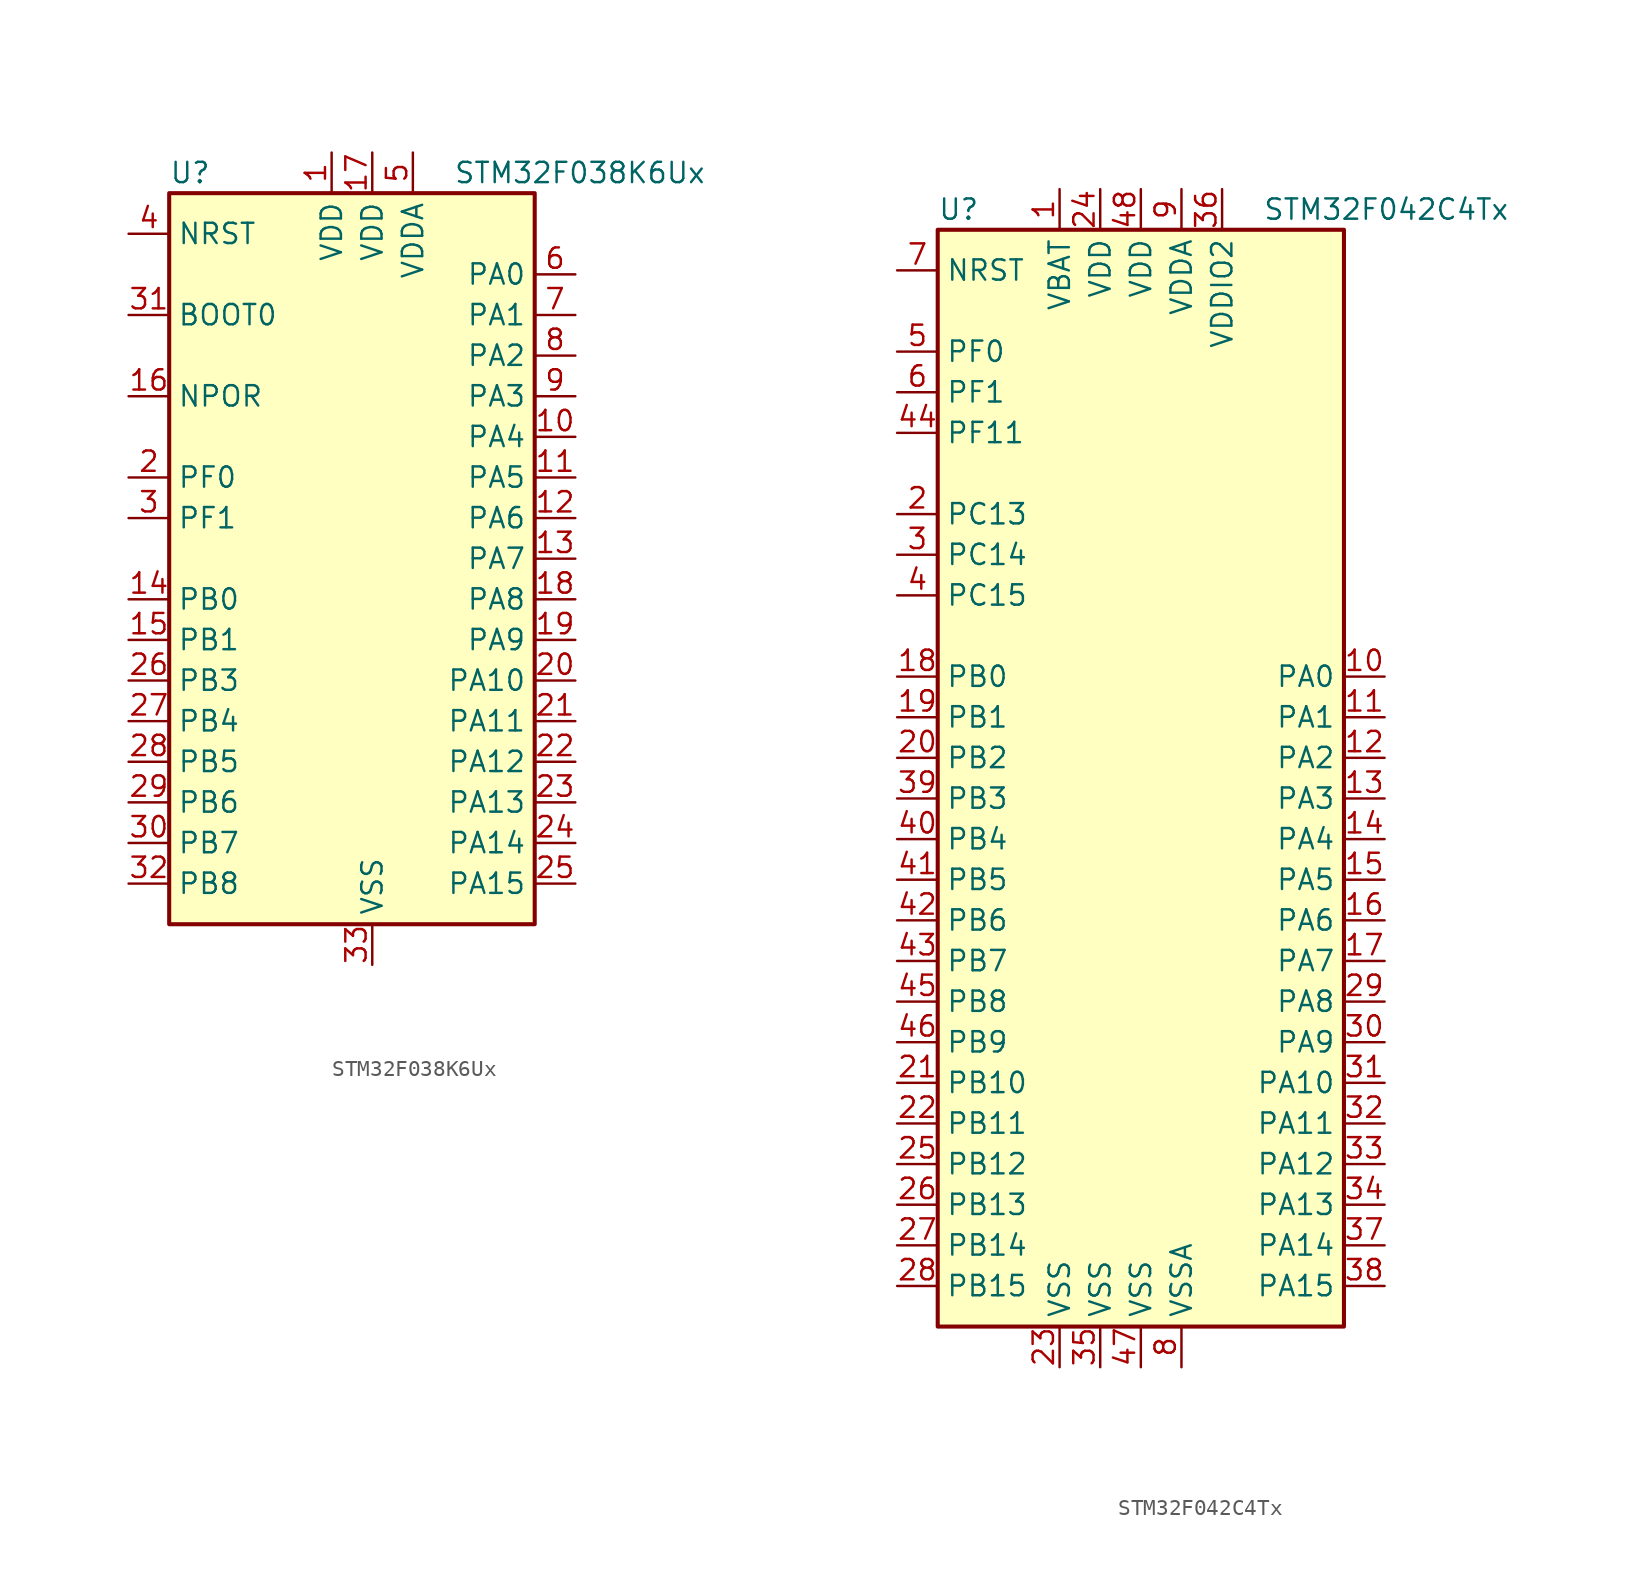
<source format=kicad_sym>
(kicad_symbol_lib
  (version 20201005)
  (generator kicad_symbol_editor)
  (symbol "MCU_ST_STM32F0:STM32F038K6Ux"
    (property "Reference" "U"
      (at -12.7 24.13 0)
      (effects (font (size 1.27 1.27)) (justify left)))
    (property "Value" "STM32F038K6Ux"
      (at 5.08 24.13 0)
      (effects (font (size 1.27 1.27)) (justify left)))
    (symbol "STM32F038K6Ux_0_1"
      (rectangle (start -12.7 -22.86) (end 10.16 22.86) (stroke (width 0.254)) (fill (type background))))
    (symbol "STM32F038K6Ux_1_1"
      (pin power_in line (at -2.54 25.4 270) (length 2.54) (name "VDD" (effects (font (size 1.27 1.27)))) (number "1" (effects (font (size 1.27 1.27)))))
      (pin bidirectional line (at 12.7 7.62 180) (length 2.54) (name "PA4" (effects (font (size 1.27 1.27)))) (number "10" (effects (font (size 1.27 1.27)))))
      (pin bidirectional line (at 12.7 5.08 180) (length 2.54) (name "PA5" (effects (font (size 1.27 1.27)))) (number "11" (effects (font (size 1.27 1.27)))))
      (pin bidirectional line (at 12.7 2.54 180) (length 2.54) (name "PA6" (effects (font (size 1.27 1.27)))) (number "12" (effects (font (size 1.27 1.27)))))
      (pin bidirectional line (at 12.7 0 180) (length 2.54) (name "PA7" (effects (font (size 1.27 1.27)))) (number "13" (effects (font (size 1.27 1.27)))))
      (pin bidirectional line (at -15.24 -2.54 0) (length 2.54) (name "PB0" (effects (font (size 1.27 1.27)))) (number "14" (effects (font (size 1.27 1.27)))))
      (pin bidirectional line (at -15.24 -5.08 0) (length 2.54) (name "PB1" (effects (font (size 1.27 1.27)))) (number "15" (effects (font (size 1.27 1.27)))))
      (pin power_in line (at -15.24 10.16 0) (length 2.54) (name "NPOR" (effects (font (size 1.27 1.27)))) (number "16" (effects (font (size 1.27 1.27)))))
      (pin power_in line (at 0 25.4 270) (length 2.54) (name "VDD" (effects (font (size 1.27 1.27)))) (number "17" (effects (font (size 1.27 1.27)))))
      (pin bidirectional line (at 12.7 -2.54 180) (length 2.54) (name "PA8" (effects (font (size 1.27 1.27)))) (number "18" (effects (font (size 1.27 1.27)))))
      (pin bidirectional line (at 12.7 -5.08 180) (length 2.54) (name "PA9" (effects (font (size 1.27 1.27)))) (number "19" (effects (font (size 1.27 1.27)))))
      (pin input line (at -15.24 5.08 0) (length 2.54) (name "PF0" (effects (font (size 1.27 1.27)))) (number "2" (effects (font (size 1.27 1.27)))))
      (pin bidirectional line (at 12.7 -7.62 180) (length 2.54) (name "PA10" (effects (font (size 1.27 1.27)))) (number "20" (effects (font (size 1.27 1.27)))))
      (pin bidirectional line (at 12.7 -10.16 180) (length 2.54) (name "PA11" (effects (font (size 1.27 1.27)))) (number "21" (effects (font (size 1.27 1.27)))))
      (pin bidirectional line (at 12.7 -12.7 180) (length 2.54) (name "PA12" (effects (font (size 1.27 1.27)))) (number "22" (effects (font (size 1.27 1.27)))))
      (pin bidirectional line (at 12.7 -15.24 180) (length 2.54) (name "PA13" (effects (font (size 1.27 1.27)))) (number "23" (effects (font (size 1.27 1.27)))))
      (pin bidirectional line (at 12.7 -17.78 180) (length 2.54) (name "PA14" (effects (font (size 1.27 1.27)))) (number "24" (effects (font (size 1.27 1.27)))))
      (pin bidirectional line (at 12.7 -20.32 180) (length 2.54) (name "PA15" (effects (font (size 1.27 1.27)))) (number "25" (effects (font (size 1.27 1.27)))))
      (pin bidirectional line (at -15.24 -7.62 0) (length 2.54) (name "PB3" (effects (font (size 1.27 1.27)))) (number "26" (effects (font (size 1.27 1.27)))))
      (pin bidirectional line (at -15.24 -10.16 0) (length 2.54) (name "PB4" (effects (font (size 1.27 1.27)))) (number "27" (effects (font (size 1.27 1.27)))))
      (pin bidirectional line (at -15.24 -12.7 0) (length 2.54) (name "PB5" (effects (font (size 1.27 1.27)))) (number "28" (effects (font (size 1.27 1.27)))))
      (pin bidirectional line (at -15.24 -15.24 0) (length 2.54) (name "PB6" (effects (font (size 1.27 1.27)))) (number "29" (effects (font (size 1.27 1.27)))))
      (pin input line (at -15.24 2.54 0) (length 2.54) (name "PF1" (effects (font (size 1.27 1.27)))) (number "3" (effects (font (size 1.27 1.27)))))
      (pin bidirectional line (at -15.24 -17.78 0) (length 2.54) (name "PB7" (effects (font (size 1.27 1.27)))) (number "30" (effects (font (size 1.27 1.27)))))
      (pin input line (at -15.24 15.24 0) (length 2.54) (name "BOOT0" (effects (font (size 1.27 1.27)))) (number "31" (effects (font (size 1.27 1.27)))))
      (pin bidirectional line (at -15.24 -20.32 0) (length 2.54) (name "PB8" (effects (font (size 1.27 1.27)))) (number "32" (effects (font (size 1.27 1.27)))))
      (pin power_in line (at 0 -25.4 90) (length 2.54) (name "VSS" (effects (font (size 1.27 1.27)))) (number "33" (effects (font (size 1.27 1.27)))))
      (pin input line (at -15.24 20.32 0) (length 2.54) (name "NRST" (effects (font (size 1.27 1.27)))) (number "4" (effects (font (size 1.27 1.27)))))
      (pin power_in line (at 2.54 25.4 270) (length 2.54) (name "VDDA" (effects (font (size 1.27 1.27)))) (number "5" (effects (font (size 1.27 1.27)))))
      (pin bidirectional line (at 12.7 17.78 180) (length 2.54) (name "PA0" (effects (font (size 1.27 1.27)))) (number "6" (effects (font (size 1.27 1.27)))))
      (pin bidirectional line (at 12.7 15.24 180) (length 2.54) (name "PA1" (effects (font (size 1.27 1.27)))) (number "7" (effects (font (size 1.27 1.27)))))
      (pin bidirectional line (at 12.7 12.7 180) (length 2.54) (name "PA2" (effects (font (size 1.27 1.27)))) (number "8" (effects (font (size 1.27 1.27)))))
      (pin bidirectional line (at 12.7 10.16 180) (length 2.54) (name "PA3" (effects (font (size 1.27 1.27)))) (number "9" (effects (font (size 1.27 1.27)))))))
  (symbol "MCU_ST_STM32F0:STM32F042C4Tx"
    (property "Reference" "U"
      (at -12.7 34.29 0)
      (effects (font (size 1.27 1.27)) (justify left)))
    (property "Value" "STM32F042C4Tx"
      (at 7.62 34.29 0)
      (effects (font (size 1.27 1.27)) (justify left)))
    (symbol "STM32F042C4Tx_0_1"
      (rectangle (start -12.7 -35.56) (end 12.7 33.02) (stroke (width 0.254)) (fill (type background))))
    (symbol "STM32F042C4Tx_1_1"
      (pin power_in line (at -5.08 35.56 270) (length 2.54) (name "VBAT" (effects (font (size 1.27 1.27)))) (number "1" (effects (font (size 1.27 1.27)))))
      (pin bidirectional line (at 15.24 5.08 180) (length 2.54) (name "PA0" (effects (font (size 1.27 1.27)))) (number "10" (effects (font (size 1.27 1.27)))))
      (pin bidirectional line (at 15.24 2.54 180) (length 2.54) (name "PA1" (effects (font (size 1.27 1.27)))) (number "11" (effects (font (size 1.27 1.27)))))
      (pin bidirectional line (at 15.24 0 180) (length 2.54) (name "PA2" (effects (font (size 1.27 1.27)))) (number "12" (effects (font (size 1.27 1.27)))))
      (pin bidirectional line (at 15.24 -2.54 180) (length 2.54) (name "PA3" (effects (font (size 1.27 1.27)))) (number "13" (effects (font (size 1.27 1.27)))))
      (pin bidirectional line (at 15.24 -5.08 180) (length 2.54) (name "PA4" (effects (font (size 1.27 1.27)))) (number "14" (effects (font (size 1.27 1.27)))))
      (pin bidirectional line (at 15.24 -7.62 180) (length 2.54) (name "PA5" (effects (font (size 1.27 1.27)))) (number "15" (effects (font (size 1.27 1.27)))))
      (pin bidirectional line (at 15.24 -10.16 180) (length 2.54) (name "PA6" (effects (font (size 1.27 1.27)))) (number "16" (effects (font (size 1.27 1.27)))))
      (pin bidirectional line (at 15.24 -12.7 180) (length 2.54) (name "PA7" (effects (font (size 1.27 1.27)))) (number "17" (effects (font (size 1.27 1.27)))))
      (pin bidirectional line (at -15.24 5.08 0) (length 2.54) (name "PB0" (effects (font (size 1.27 1.27)))) (number "18" (effects (font (size 1.27 1.27)))))
      (pin bidirectional line (at -15.24 2.54 0) (length 2.54) (name "PB1" (effects (font (size 1.27 1.27)))) (number "19" (effects (font (size 1.27 1.27)))))
      (pin bidirectional line (at -15.24 15.24 0) (length 2.54) (name "PC13" (effects (font (size 1.27 1.27)))) (number "2" (effects (font (size 1.27 1.27)))))
      (pin bidirectional line (at -15.24 0 0) (length 2.54) (name "PB2" (effects (font (size 1.27 1.27)))) (number "20" (effects (font (size 1.27 1.27)))))
      (pin bidirectional line (at -15.24 -20.32 0) (length 2.54) (name "PB10" (effects (font (size 1.27 1.27)))) (number "21" (effects (font (size 1.27 1.27)))))
      (pin bidirectional line (at -15.24 -22.86 0) (length 2.54) (name "PB11" (effects (font (size 1.27 1.27)))) (number "22" (effects (font (size 1.27 1.27)))))
      (pin power_in line (at -5.08 -38.1 90) (length 2.54) (name "VSS" (effects (font (size 1.27 1.27)))) (number "23" (effects (font (size 1.27 1.27)))))
      (pin power_in line (at -2.54 35.56 270) (length 2.54) (name "VDD" (effects (font (size 1.27 1.27)))) (number "24" (effects (font (size 1.27 1.27)))))
      (pin bidirectional line (at -15.24 -25.4 0) (length 2.54) (name "PB12" (effects (font (size 1.27 1.27)))) (number "25" (effects (font (size 1.27 1.27)))))
      (pin bidirectional line (at -15.24 -27.94 0) (length 2.54) (name "PB13" (effects (font (size 1.27 1.27)))) (number "26" (effects (font (size 1.27 1.27)))))
      (pin bidirectional line (at -15.24 -30.48 0) (length 2.54) (name "PB14" (effects (font (size 1.27 1.27)))) (number "27" (effects (font (size 1.27 1.27)))))
      (pin bidirectional line (at -15.24 -33.02 0) (length 2.54) (name "PB15" (effects (font (size 1.27 1.27)))) (number "28" (effects (font (size 1.27 1.27)))))
      (pin bidirectional line (at 15.24 -15.24 180) (length 2.54) (name "PA8" (effects (font (size 1.27 1.27)))) (number "29" (effects (font (size 1.27 1.27)))))
      (pin bidirectional line (at -15.24 12.7 0) (length 2.54) (name "PC14" (effects (font (size 1.27 1.27)))) (number "3" (effects (font (size 1.27 1.27)))))
      (pin bidirectional line (at 15.24 -17.78 180) (length 2.54) (name "PA9" (effects (font (size 1.27 1.27)))) (number "30" (effects (font (size 1.27 1.27)))))
      (pin bidirectional line (at 15.24 -20.32 180) (length 2.54) (name "PA10" (effects (font (size 1.27 1.27)))) (number "31" (effects (font (size 1.27 1.27)))))
      (pin bidirectional line (at 15.24 -22.86 180) (length 2.54) (name "PA11" (effects (font (size 1.27 1.27)))) (number "32" (effects (font (size 1.27 1.27)))))
      (pin bidirectional line (at 15.24 -25.4 180) (length 2.54) (name "PA12" (effects (font (size 1.27 1.27)))) (number "33" (effects (font (size 1.27 1.27)))))
      (pin bidirectional line (at 15.24 -27.94 180) (length 2.54) (name "PA13" (effects (font (size 1.27 1.27)))) (number "34" (effects (font (size 1.27 1.27)))))
      (pin power_in line (at -2.54 -38.1 90) (length 2.54) (name "VSS" (effects (font (size 1.27 1.27)))) (number "35" (effects (font (size 1.27 1.27)))))
      (pin power_in line (at 5.08 35.56 270) (length 2.54) (name "VDDIO2" (effects (font (size 1.27 1.27)))) (number "36" (effects (font (size 1.27 1.27)))))
      (pin bidirectional line (at 15.24 -30.48 180) (length 2.54) (name "PA14" (effects (font (size 1.27 1.27)))) (number "37" (effects (font (size 1.27 1.27)))))
      (pin bidirectional line (at 15.24 -33.02 180) (length 2.54) (name "PA15" (effects (font (size 1.27 1.27)))) (number "38" (effects (font (size 1.27 1.27)))))
      (pin bidirectional line (at -15.24 -2.54 0) (length 2.54) (name "PB3" (effects (font (size 1.27 1.27)))) (number "39" (effects (font (size 1.27 1.27)))))
      (pin bidirectional line (at -15.24 10.16 0) (length 2.54) (name "PC15" (effects (font (size 1.27 1.27)))) (number "4" (effects (font (size 1.27 1.27)))))
      (pin bidirectional line (at -15.24 -5.08 0) (length 2.54) (name "PB4" (effects (font (size 1.27 1.27)))) (number "40" (effects (font (size 1.27 1.27)))))
      (pin bidirectional line (at -15.24 -7.62 0) (length 2.54) (name "PB5" (effects (font (size 1.27 1.27)))) (number "41" (effects (font (size 1.27 1.27)))))
      (pin bidirectional line (at -15.24 -10.16 0) (length 2.54) (name "PB6" (effects (font (size 1.27 1.27)))) (number "42" (effects (font (size 1.27 1.27)))))
      (pin bidirectional line (at -15.24 -12.7 0) (length 2.54) (name "PB7" (effects (font (size 1.27 1.27)))) (number "43" (effects (font (size 1.27 1.27)))))
      (pin bidirectional line (at -15.24 20.32 0) (length 2.54) (name "PF11" (effects (font (size 1.27 1.27)))) (number "44" (effects (font (size 1.27 1.27)))))
      (pin bidirectional line (at -15.24 -15.24 0) (length 2.54) (name "PB8" (effects (font (size 1.27 1.27)))) (number "45" (effects (font (size 1.27 1.27)))))
      (pin bidirectional line (at -15.24 -17.78 0) (length 2.54) (name "PB9" (effects (font (size 1.27 1.27)))) (number "46" (effects (font (size 1.27 1.27)))))
      (pin power_in line (at 0 -38.1 90) (length 2.54) (name "VSS" (effects (font (size 1.27 1.27)))) (number "47" (effects (font (size 1.27 1.27)))))
      (pin power_in line (at 0 35.56 270) (length 2.54) (name "VDD" (effects (font (size 1.27 1.27)))) (number "48" (effects (font (size 1.27 1.27)))))
      (pin input line (at -15.24 25.4 0) (length 2.54) (name "PF0" (effects (font (size 1.27 1.27)))) (number "5" (effects (font (size 1.27 1.27)))))
      (pin input line (at -15.24 22.86 0) (length 2.54) (name "PF1" (effects (font (size 1.27 1.27)))) (number "6" (effects (font (size 1.27 1.27)))))
      (pin input line (at -15.24 30.48 0) (length 2.54) (name "NRST" (effects (font (size 1.27 1.27)))) (number "7" (effects (font (size 1.27 1.27)))))
      (pin power_in line (at 2.54 -38.1 90) (length 2.54) (name "VSSA" (effects (font (size 1.27 1.27)))) (number "8" (effects (font (size 1.27 1.27)))))
      (pin power_in line (at 2.54 35.56 270) (length 2.54) (name "VDDA" (effects (font (size 1.27 1.27)))) (number "9" (effects (font (size 1.27 1.27))))))))
</source>
